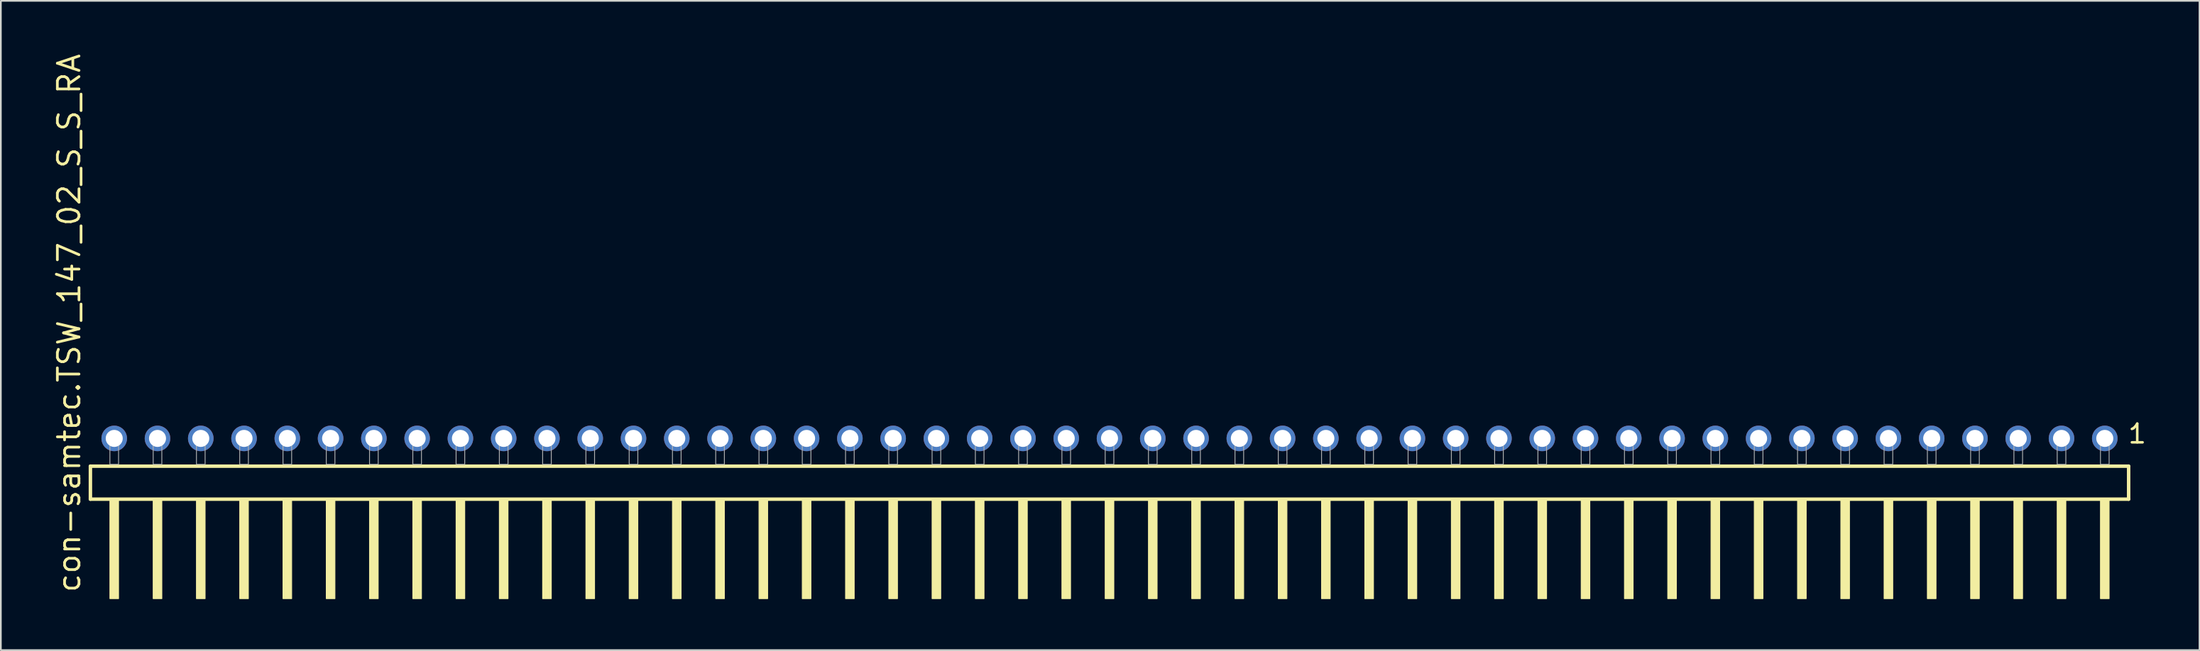
<source format=kicad_pcb>
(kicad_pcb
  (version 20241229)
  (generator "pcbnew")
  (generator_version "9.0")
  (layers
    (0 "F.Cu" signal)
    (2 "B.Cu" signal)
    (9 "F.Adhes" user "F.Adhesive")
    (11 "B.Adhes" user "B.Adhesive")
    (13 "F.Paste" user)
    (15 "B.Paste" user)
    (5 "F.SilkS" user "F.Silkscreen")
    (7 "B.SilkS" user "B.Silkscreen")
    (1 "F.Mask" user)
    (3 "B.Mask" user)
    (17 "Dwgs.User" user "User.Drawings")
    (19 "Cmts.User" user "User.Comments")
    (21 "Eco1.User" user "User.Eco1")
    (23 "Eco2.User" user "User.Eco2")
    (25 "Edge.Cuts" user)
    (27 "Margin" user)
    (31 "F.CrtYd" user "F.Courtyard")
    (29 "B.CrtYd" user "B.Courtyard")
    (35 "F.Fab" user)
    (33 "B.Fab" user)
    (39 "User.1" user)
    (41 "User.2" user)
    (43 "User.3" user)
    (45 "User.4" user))
  (footprint "con-samtec.TSW_147_02_S_S_RA"
    (layer "F.Cu")
    (at 62.075 24.235)
    (property "Reference" "con-samtec.TSW_147_02_S_S_RA" (at -60.325 7.62 90) (layer "F.SilkS") (effects (font (size 1.27 1.27) (thickness 0.16)) (justify left bottom)))
    (attr through_hole)
    (fp_line (start -59.819 0.106) (end -59.819 2.046) (stroke (width 0.203) (type default)) (layer "F.SilkS"))
    (fp_line (start -59.819 2.046) (end 59.819 2.046) (stroke (width 0.203) (type default)) (layer "F.SilkS"))
    (fp_line (start 59.819 0.106) (end -59.819 0.106) (stroke (width 0.203) (type default)) (layer "F.SilkS"))
    (fp_line (start 59.819 2.046) (end 59.819 0.106) (stroke (width 0.203) (type default)) (layer "F.SilkS"))
    (fp_rect (start -58.674 7.89) (end -58.166 2.04) (stroke (width 0.05) (type default)) (fill yes) (layer "F.SilkS"))
    (fp_rect (start -56.134 7.89) (end -55.626 2.04) (stroke (width 0.05) (type default)) (fill yes) (layer "F.SilkS"))
    (fp_rect (start -53.594 7.89) (end -53.086 2.04) (stroke (width 0.05) (type default)) (fill yes) (layer "F.SilkS"))
    (fp_rect (start -51.054 7.89) (end -50.546 2.04) (stroke (width 0.05) (type default)) (fill yes) (layer "F.SilkS"))
    (fp_rect (start -48.514 7.89) (end -48.006 2.04) (stroke (width 0.05) (type default)) (fill yes) (layer "F.SilkS"))
    (fp_rect (start -45.974 7.89) (end -45.466 2.04) (stroke (width 0.05) (type default)) (fill yes) (layer "F.SilkS"))
    (fp_rect (start -43.434 7.89) (end -42.926 2.04) (stroke (width 0.05) (type default)) (fill yes) (layer "F.SilkS"))
    (fp_rect (start -40.894 7.89) (end -40.386 2.04) (stroke (width 0.05) (type default)) (fill yes) (layer "F.SilkS"))
    (fp_rect (start -38.354 7.89) (end -37.846 2.04) (stroke (width 0.05) (type default)) (fill yes) (layer "F.SilkS"))
    (fp_rect (start -35.814 7.89) (end -35.306 2.04) (stroke (width 0.05) (type default)) (fill yes) (layer "F.SilkS"))
    (fp_rect (start -33.274 7.89) (end -32.766 2.04) (stroke (width 0.05) (type default)) (fill yes) (layer "F.SilkS"))
    (fp_rect (start -30.734 7.89) (end -30.226 2.04) (stroke (width 0.05) (type default)) (fill yes) (layer "F.SilkS"))
    (fp_rect (start -28.194 7.89) (end -27.686 2.04) (stroke (width 0.05) (type default)) (fill yes) (layer "F.SilkS"))
    (fp_rect (start -25.654 7.89) (end -25.146 2.04) (stroke (width 0.05) (type default)) (fill yes) (layer "F.SilkS"))
    (fp_rect (start -23.114 7.89) (end -22.606 2.04) (stroke (width 0.05) (type default)) (fill yes) (layer "F.SilkS"))
    (fp_rect (start -20.574 7.89) (end -20.066 2.04) (stroke (width 0.05) (type default)) (fill yes) (layer "F.SilkS"))
    (fp_rect (start -18.034 7.89) (end -17.526 2.04) (stroke (width 0.05) (type default)) (fill yes) (layer "F.SilkS"))
    (fp_rect (start -15.494 7.89) (end -14.986 2.04) (stroke (width 0.05) (type default)) (fill yes) (layer "F.SilkS"))
    (fp_rect (start -12.954 7.89) (end -12.446 2.04) (stroke (width 0.05) (type default)) (fill yes) (layer "F.SilkS"))
    (fp_rect (start -10.414 7.89) (end -9.906 2.04) (stroke (width 0.05) (type default)) (fill yes) (layer "F.SilkS"))
    (fp_rect (start -7.874 7.89) (end -7.366 2.04) (stroke (width 0.05) (type default)) (fill yes) (layer "F.SilkS"))
    (fp_rect (start -5.334 7.89) (end -4.826 2.04) (stroke (width 0.05) (type default)) (fill yes) (layer "F.SilkS"))
    (fp_rect (start -2.794 7.89) (end -2.286 2.04) (stroke (width 0.05) (type default)) (fill yes) (layer "F.SilkS"))
    (fp_rect (start -0.254 7.89) (end 0.254 2.04) (stroke (width 0.05) (type default)) (fill yes) (layer "F.SilkS"))
    (fp_rect (start 2.286 7.89) (end 2.794 2.04) (stroke (width 0.05) (type default)) (fill yes) (layer "F.SilkS"))
    (fp_rect (start 4.826 7.89) (end 5.334 2.04) (stroke (width 0.05) (type default)) (fill yes) (layer "F.SilkS"))
    (fp_rect (start 7.366 7.89) (end 7.874 2.04) (stroke (width 0.05) (type default)) (fill yes) (layer "F.SilkS"))
    (fp_rect (start 9.906 7.89) (end 10.414 2.04) (stroke (width 0.05) (type default)) (fill yes) (layer "F.SilkS"))
    (fp_rect (start 12.446 7.89) (end 12.954 2.04) (stroke (width 0.05) (type default)) (fill yes) (layer "F.SilkS"))
    (fp_rect (start 14.986 7.89) (end 15.494 2.04) (stroke (width 0.05) (type default)) (fill yes) (layer "F.SilkS"))
    (fp_rect (start 17.526 7.89) (end 18.034 2.04) (stroke (width 0.05) (type default)) (fill yes) (layer "F.SilkS"))
    (fp_rect (start 20.066 7.89) (end 20.574 2.04) (stroke (width 0.05) (type default)) (fill yes) (layer "F.SilkS"))
    (fp_rect (start 22.606 7.89) (end 23.114 2.04) (stroke (width 0.05) (type default)) (fill yes) (layer "F.SilkS"))
    (fp_rect (start 25.146 7.89) (end 25.654 2.04) (stroke (width 0.05) (type default)) (fill yes) (layer "F.SilkS"))
    (fp_rect (start 27.686 7.89) (end 28.194 2.04) (stroke (width 0.05) (type default)) (fill yes) (layer "F.SilkS"))
    (fp_rect (start 30.226 7.89) (end 30.734 2.04) (stroke (width 0.05) (type default)) (fill yes) (layer "F.SilkS"))
    (fp_rect (start 32.766 7.89) (end 33.274 2.04) (stroke (width 0.05) (type default)) (fill yes) (layer "F.SilkS"))
    (fp_rect (start 35.306 7.89) (end 35.814 2.04) (stroke (width 0.05) (type default)) (fill yes) (layer "F.SilkS"))
    (fp_rect (start 37.846 7.89) (end 38.354 2.04) (stroke (width 0.05) (type default)) (fill yes) (layer "F.SilkS"))
    (fp_rect (start 40.386 7.89) (end 40.894 2.04) (stroke (width 0.05) (type default)) (fill yes) (layer "F.SilkS"))
    (fp_rect (start 42.926 7.89) (end 43.434 2.04) (stroke (width 0.05) (type default)) (fill yes) (layer "F.SilkS"))
    (fp_rect (start 45.466 7.89) (end 45.974 2.04) (stroke (width 0.05) (type default)) (fill yes) (layer "F.SilkS"))
    (fp_rect (start 48.006 7.89) (end 48.514 2.04) (stroke (width 0.05) (type default)) (fill yes) (layer "F.SilkS"))
    (fp_rect (start 50.546 7.89) (end 51.054 2.04) (stroke (width 0.05) (type default)) (fill yes) (layer "F.SilkS"))
    (fp_rect (start 53.086 7.89) (end 53.594 2.04) (stroke (width 0.05) (type default)) (fill yes) (layer "F.SilkS"))
    (fp_rect (start 55.626 7.89) (end 56.134 2.04) (stroke (width 0.05) (type default)) (fill yes) (layer "F.SilkS"))
    (fp_rect (start 58.166 7.89) (end 58.674 2.04) (stroke (width 0.05) (type default)) (fill yes) (layer "F.SilkS"))
    (fp_rect (start -58.674 0) (end -58.166 -1.778) (stroke (width 0.05) (type default)) (fill no) (layer "F.Fab"))
    (fp_rect (start -56.134 0) (end -55.626 -1.778) (stroke (width 0.05) (type default)) (fill no) (layer "F.Fab"))
    (fp_rect (start -53.594 0) (end -53.086 -1.778) (stroke (width 0.05) (type default)) (fill no) (layer "F.Fab"))
    (fp_rect (start -51.054 0) (end -50.546 -1.778) (stroke (width 0.05) (type default)) (fill no) (layer "F.Fab"))
    (fp_rect (start -48.514 0) (end -48.006 -1.778) (stroke (width 0.05) (type default)) (fill no) (layer "F.Fab"))
    (fp_rect (start -45.974 0) (end -45.466 -1.778) (stroke (width 0.05) (type default)) (fill no) (layer "F.Fab"))
    (fp_rect (start -43.434 0) (end -42.926 -1.778) (stroke (width 0.05) (type default)) (fill no) (layer "F.Fab"))
    (fp_rect (start -40.894 0) (end -40.386 -1.778) (stroke (width 0.05) (type default)) (fill no) (layer "F.Fab"))
    (fp_rect (start -38.354 0) (end -37.846 -1.778) (stroke (width 0.05) (type default)) (fill no) (layer "F.Fab"))
    (fp_rect (start -35.814 0) (end -35.306 -1.778) (stroke (width 0.05) (type default)) (fill no) (layer "F.Fab"))
    (fp_rect (start -33.274 0) (end -32.766 -1.778) (stroke (width 0.05) (type default)) (fill no) (layer "F.Fab"))
    (fp_rect (start -30.734 0) (end -30.226 -1.778) (stroke (width 0.05) (type default)) (fill no) (layer "F.Fab"))
    (fp_rect (start -28.194 0) (end -27.686 -1.778) (stroke (width 0.05) (type default)) (fill no) (layer "F.Fab"))
    (fp_rect (start -25.654 0) (end -25.146 -1.778) (stroke (width 0.05) (type default)) (fill no) (layer "F.Fab"))
    (fp_rect (start -23.114 0) (end -22.606 -1.778) (stroke (width 0.05) (type default)) (fill no) (layer "F.Fab"))
    (fp_rect (start -20.574 0) (end -20.066 -1.778) (stroke (width 0.05) (type default)) (fill no) (layer "F.Fab"))
    (fp_rect (start -18.034 0) (end -17.526 -1.778) (stroke (width 0.05) (type default)) (fill no) (layer "F.Fab"))
    (fp_rect (start -15.494 0) (end -14.986 -1.778) (stroke (width 0.05) (type default)) (fill no) (layer "F.Fab"))
    (fp_rect (start -12.954 0) (end -12.446 -1.778) (stroke (width 0.05) (type default)) (fill no) (layer "F.Fab"))
    (fp_rect (start -10.414 0) (end -9.906 -1.778) (stroke (width 0.05) (type default)) (fill no) (layer "F.Fab"))
    (fp_rect (start -7.874 0) (end -7.366 -1.778) (stroke (width 0.05) (type default)) (fill no) (layer "F.Fab"))
    (fp_rect (start -5.334 0) (end -4.826 -1.778) (stroke (width 0.05) (type default)) (fill no) (layer "F.Fab"))
    (fp_rect (start -2.794 0) (end -2.286 -1.778) (stroke (width 0.05) (type default)) (fill no) (layer "F.Fab"))
    (fp_rect (start -0.254 0) (end 0.254 -1.778) (stroke (width 0.05) (type default)) (fill no) (layer "F.Fab"))
    (fp_rect (start 2.286 0) (end 2.794 -1.778) (stroke (width 0.05) (type default)) (fill no) (layer "F.Fab"))
    (fp_rect (start 4.826 0) (end 5.334 -1.778) (stroke (width 0.05) (type default)) (fill no) (layer "F.Fab"))
    (fp_rect (start 7.366 0) (end 7.874 -1.778) (stroke (width 0.05) (type default)) (fill no) (layer "F.Fab"))
    (fp_rect (start 9.906 0) (end 10.414 -1.778) (stroke (width 0.05) (type default)) (fill no) (layer "F.Fab"))
    (fp_rect (start 12.446 0) (end 12.954 -1.778) (stroke (width 0.05) (type default)) (fill no) (layer "F.Fab"))
    (fp_rect (start 14.986 0) (end 15.494 -1.778) (stroke (width 0.05) (type default)) (fill no) (layer "F.Fab"))
    (fp_rect (start 17.526 0) (end 18.034 -1.778) (stroke (width 0.05) (type default)) (fill no) (layer "F.Fab"))
    (fp_rect (start 20.066 0) (end 20.574 -1.778) (stroke (width 0.05) (type default)) (fill no) (layer "F.Fab"))
    (fp_rect (start 22.606 0) (end 23.114 -1.778) (stroke (width 0.05) (type default)) (fill no) (layer "F.Fab"))
    (fp_rect (start 25.146 0) (end 25.654 -1.778) (stroke (width 0.05) (type default)) (fill no) (layer "F.Fab"))
    (fp_rect (start 27.686 0) (end 28.194 -1.778) (stroke (width 0.05) (type default)) (fill no) (layer "F.Fab"))
    (fp_rect (start 30.226 0) (end 30.734 -1.778) (stroke (width 0.05) (type default)) (fill no) (layer "F.Fab"))
    (fp_rect (start 32.766 0) (end 33.274 -1.778) (stroke (width 0.05) (type default)) (fill no) (layer "F.Fab"))
    (fp_rect (start 35.306 0) (end 35.814 -1.778) (stroke (width 0.05) (type default)) (fill no) (layer "F.Fab"))
    (fp_rect (start 37.846 0) (end 38.354 -1.778) (stroke (width 0.05) (type default)) (fill no) (layer "F.Fab"))
    (fp_rect (start 40.386 0) (end 40.894 -1.778) (stroke (width 0.05) (type default)) (fill no) (layer "F.Fab"))
    (fp_rect (start 42.926 0) (end 43.434 -1.778) (stroke (width 0.05) (type default)) (fill no) (layer "F.Fab"))
    (fp_rect (start 45.466 0) (end 45.974 -1.778) (stroke (width 0.05) (type default)) (fill no) (layer "F.Fab"))
    (fp_rect (start 48.006 0) (end 48.514 -1.778) (stroke (width 0.05) (type default)) (fill no) (layer "F.Fab"))
    (fp_rect (start 50.546 0) (end 51.054 -1.778) (stroke (width 0.05) (type default)) (fill no) (layer "F.Fab"))
    (fp_rect (start 53.086 0) (end 53.594 -1.778) (stroke (width 0.05) (type default)) (fill no) (layer "F.Fab"))
    (fp_rect (start 55.626 0) (end 56.134 -1.778) (stroke (width 0.05) (type default)) (fill no) (layer "F.Fab"))
    (fp_rect (start 58.166 0) (end 58.674 -1.778) (stroke (width 0.05) (type default)) (fill no) (layer "F.Fab"))
    (fp_text user "1" (at 59.702 -1.152 0) (layer "F.SilkS") (effects (font (size 1.1 1.1) (thickness 0.15)) (justify left bottom)))
    (pad "1" thru_hole circle (at 58.42 -1.524 180) (size 1.5 1.5) (drill 1) (layers "*.Cu" "*.Mask"))
    (pad "2" thru_hole circle (at 55.88 -1.524 180) (size 1.5 1.5) (drill 1) (layers "*.Cu" "*.Mask"))
    (pad "3" thru_hole circle (at 53.34 -1.524 180) (size 1.5 1.5) (drill 1) (layers "*.Cu" "*.Mask"))
    (pad "4" thru_hole circle (at 50.8 -1.524 180) (size 1.5 1.5) (drill 1) (layers "*.Cu" "*.Mask"))
    (pad "5" thru_hole circle (at 48.26 -1.524 180) (size 1.5 1.5) (drill 1) (layers "*.Cu" "*.Mask"))
    (pad "6" thru_hole circle (at 45.72 -1.524 180) (size 1.5 1.5) (drill 1) (layers "*.Cu" "*.Mask"))
    (pad "7" thru_hole circle (at 43.18 -1.524 180) (size 1.5 1.5) (drill 1) (layers "*.Cu" "*.Mask"))
    (pad "8" thru_hole circle (at 40.64 -1.524 180) (size 1.5 1.5) (drill 1) (layers "*.Cu" "*.Mask"))
    (pad "9" thru_hole circle (at 38.1 -1.524 180) (size 1.5 1.5) (drill 1) (layers "*.Cu" "*.Mask"))
    (pad "10" thru_hole circle (at 35.56 -1.524 180) (size 1.5 1.5) (drill 1) (layers "*.Cu" "*.Mask"))
    (pad "11" thru_hole circle (at 33.02 -1.524 180) (size 1.5 1.5) (drill 1) (layers "*.Cu" "*.Mask"))
    (pad "12" thru_hole circle (at 30.48 -1.524 180) (size 1.5 1.5) (drill 1) (layers "*.Cu" "*.Mask"))
    (pad "13" thru_hole circle (at 27.94 -1.524 180) (size 1.5 1.5) (drill 1) (layers "*.Cu" "*.Mask"))
    (pad "14" thru_hole circle (at 25.4 -1.524 180) (size 1.5 1.5) (drill 1) (layers "*.Cu" "*.Mask"))
    (pad "15" thru_hole circle (at 22.86 -1.524 180) (size 1.5 1.5) (drill 1) (layers "*.Cu" "*.Mask"))
    (pad "16" thru_hole circle (at 20.32 -1.524 180) (size 1.5 1.5) (drill 1) (layers "*.Cu" "*.Mask"))
    (pad "17" thru_hole circle (at 17.78 -1.524 180) (size 1.5 1.5) (drill 1) (layers "*.Cu" "*.Mask"))
    (pad "18" thru_hole circle (at 15.24 -1.524 180) (size 1.5 1.5) (drill 1) (layers "*.Cu" "*.Mask"))
    (pad "19" thru_hole circle (at 12.7 -1.524 180) (size 1.5 1.5) (drill 1) (layers "*.Cu" "*.Mask"))
    (pad "20" thru_hole circle (at 10.16 -1.524 180) (size 1.5 1.5) (drill 1) (layers "*.Cu" "*.Mask"))
    (pad "21" thru_hole circle (at 7.62 -1.524 180) (size 1.5 1.5) (drill 1) (layers "*.Cu" "*.Mask"))
    (pad "22" thru_hole circle (at 5.08 -1.524 180) (size 1.5 1.5) (drill 1) (layers "*.Cu" "*.Mask"))
    (pad "23" thru_hole circle (at 2.54 -1.524 180) (size 1.5 1.5) (drill 1) (layers "*.Cu" "*.Mask"))
    (pad "24" thru_hole circle (at 0 -1.524 180) (size 1.5 1.5) (drill 1) (layers "*.Cu" "*.Mask"))
    (pad "25" thru_hole circle (at -2.54 -1.524 180) (size 1.5 1.5) (drill 1) (layers "*.Cu" "*.Mask"))
    (pad "26" thru_hole circle (at -5.08 -1.524 180) (size 1.5 1.5) (drill 1) (layers "*.Cu" "*.Mask"))
    (pad "27" thru_hole circle (at -7.62 -1.524 180) (size 1.5 1.5) (drill 1) (layers "*.Cu" "*.Mask"))
    (pad "28" thru_hole circle (at -10.16 -1.524 180) (size 1.5 1.5) (drill 1) (layers "*.Cu" "*.Mask"))
    (pad "29" thru_hole circle (at -12.7 -1.524 180) (size 1.5 1.5) (drill 1) (layers "*.Cu" "*.Mask"))
    (pad "30" thru_hole circle (at -15.24 -1.524 180) (size 1.5 1.5) (drill 1) (layers "*.Cu" "*.Mask"))
    (pad "31" thru_hole circle (at -17.78 -1.524 180) (size 1.5 1.5) (drill 1) (layers "*.Cu" "*.Mask"))
    (pad "32" thru_hole circle (at -20.32 -1.524 180) (size 1.5 1.5) (drill 1) (layers "*.Cu" "*.Mask"))
    (pad "33" thru_hole circle (at -22.86 -1.524 180) (size 1.5 1.5) (drill 1) (layers "*.Cu" "*.Mask"))
    (pad "34" thru_hole circle (at -25.4 -1.524 180) (size 1.5 1.5) (drill 1) (layers "*.Cu" "*.Mask"))
    (pad "35" thru_hole circle (at -27.94 -1.524 180) (size 1.5 1.5) (drill 1) (layers "*.Cu" "*.Mask"))
    (pad "36" thru_hole circle (at -30.48 -1.524 180) (size 1.5 1.5) (drill 1) (layers "*.Cu" "*.Mask"))
    (pad "37" thru_hole circle (at -33.02 -1.524 180) (size 1.5 1.5) (drill 1) (layers "*.Cu" "*.Mask"))
    (pad "38" thru_hole circle (at -35.56 -1.524 180) (size 1.5 1.5) (drill 1) (layers "*.Cu" "*.Mask"))
    (pad "39" thru_hole circle (at -38.1 -1.524 180) (size 1.5 1.5) (drill 1) (layers "*.Cu" "*.Mask"))
    (pad "40" thru_hole circle (at -40.64 -1.524 180) (size 1.5 1.5) (drill 1) (layers "*.Cu" "*.Mask"))
    (pad "41" thru_hole circle (at -43.18 -1.524 180) (size 1.5 1.5) (drill 1) (layers "*.Cu" "*.Mask"))
    (pad "42" thru_hole circle (at -45.72 -1.524 180) (size 1.5 1.5) (drill 1) (layers "*.Cu" "*.Mask"))
    (pad "43" thru_hole circle (at -48.26 -1.524 180) (size 1.5 1.5) (drill 1) (layers "*.Cu" "*.Mask"))
    (pad "44" thru_hole circle (at -50.8 -1.524 180) (size 1.5 1.5) (drill 1) (layers "*.Cu" "*.Mask"))
    (pad "45" thru_hole circle (at -53.34 -1.524 180) (size 1.5 1.5) (drill 1) (layers "*.Cu" "*.Mask"))
    (pad "46" thru_hole circle (at -55.88 -1.524 180) (size 1.5 1.5) (drill 1) (layers "*.Cu" "*.Mask"))
    (pad "47" thru_hole circle (at -58.42 -1.524 180) (size 1.5 1.5) (drill 1) (layers "*.Cu" "*.Mask")))
  (gr_rect
    (start -3 -3)
    (end 126.055 35.15)
    (stroke (width 0.1) (type default))
    (fill no)
    (layer "Edge.Cuts")))
</source>
